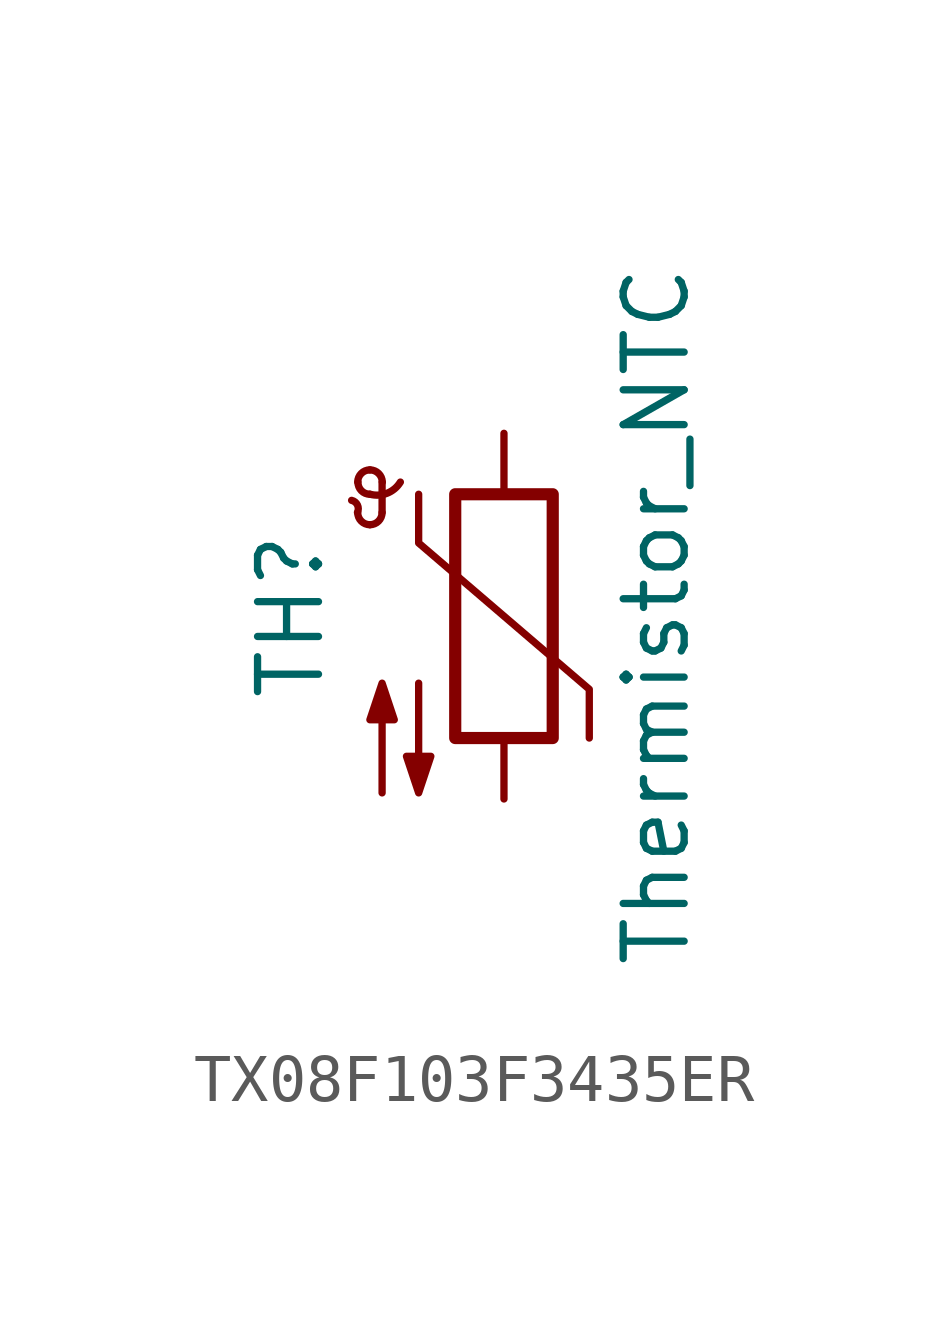
<source format=kicad_sym>
(kicad_symbol_lib
  (version 20231120)
  (generator "kicad_symbol_editor")
  (generator_version "8.0")
  (symbol "TX08F103F3435ER"
    (pin_numbers hide)
    (pin_names
      (offset 0))
    (property "Reference" "TH"
      (at -4.445 0 90)
      (effects (font (size 1.27 1.27))))
    (property "Value" "Thermistor_NTC"
      (at 3.175 0 90)
      (effects (font (size 1.27 1.27))))
    (symbol "TX08F103F3435ER_0_1"
      (arc (start -3.048 2.159) (mid -3.0495 2.3143) (end -3.175 2.413) (stroke (width 0) (type default)) (fill (type none)))
      (arc (start -3.048 2.159) (mid -2.9736 1.9794) (end -2.794 1.905) (stroke (width 0) (type default)) (fill (type none)))
      (arc (start -3.048 2.794) (mid -2.9736 2.6144) (end -2.794 2.54) (stroke (width 0) (type default)) (fill (type none)))
      (arc (start -2.794 1.905) (mid -2.6144 1.9794) (end -2.54 2.159) (stroke (width 0) (type default)) (fill (type none)))
      (arc (start -2.794 2.54) (mid -2.4393 2.5587) (end -2.159 2.794) (stroke (width 0) (type default)) (fill (type none)))
      (arc (start -2.794 3.048) (mid -2.9736 2.9736) (end -3.048 2.794) (stroke (width 0) (type default)) (fill (type none)))
      (arc (start -2.54 2.794) (mid -2.6144 2.9736) (end -2.794 3.048) (stroke (width 0) (type default)) (fill (type none)))
      (rectangle (start -1.016 2.54) (end 1.016 -2.54) (stroke (width 0.254) (type default)) (fill (type none)))
      (polyline (pts (xy -2.54 2.159) (xy -2.54 2.794)) (stroke (width 0) (type default)) (fill (type none)))
      (polyline (pts (xy -1.778 2.54) (xy -1.778 1.524) (xy 1.778 -1.524) (xy 1.778 -2.54)) (stroke (width 0) (type default)) (fill (type none)))
      (polyline (pts (xy -2.54 -3.683) (xy -2.54 -1.397) (xy -2.794 -2.159) (xy -2.286 -2.159) (xy -2.54 -1.397) (xy -2.54 -1.651)) (stroke (width 0) (type default)) (fill (type outline)))
      (polyline (pts (xy -1.778 -1.397) (xy -1.778 -3.683) (xy -2.032 -2.921) (xy -1.524 -2.921) (xy -1.778 -3.683) (xy -1.778 -3.429)) (stroke (width 0) (type default)) (fill (type outline))))
    (symbol "TX08F103F3435ER_1_1"
      (pin passive line (at 0 3.81 270) (length 1.27) (name "~" (effects (font (size 1.27 1.27)))) (number "1" (effects (font (size 1.27 1.27)))))
      (pin passive line (at 0 -3.81 90) (length 1.27) (name "~" (effects (font (size 1.27 1.27)))) (number "2" (effects (font (size 1.27 1.27))))))))
</source>
